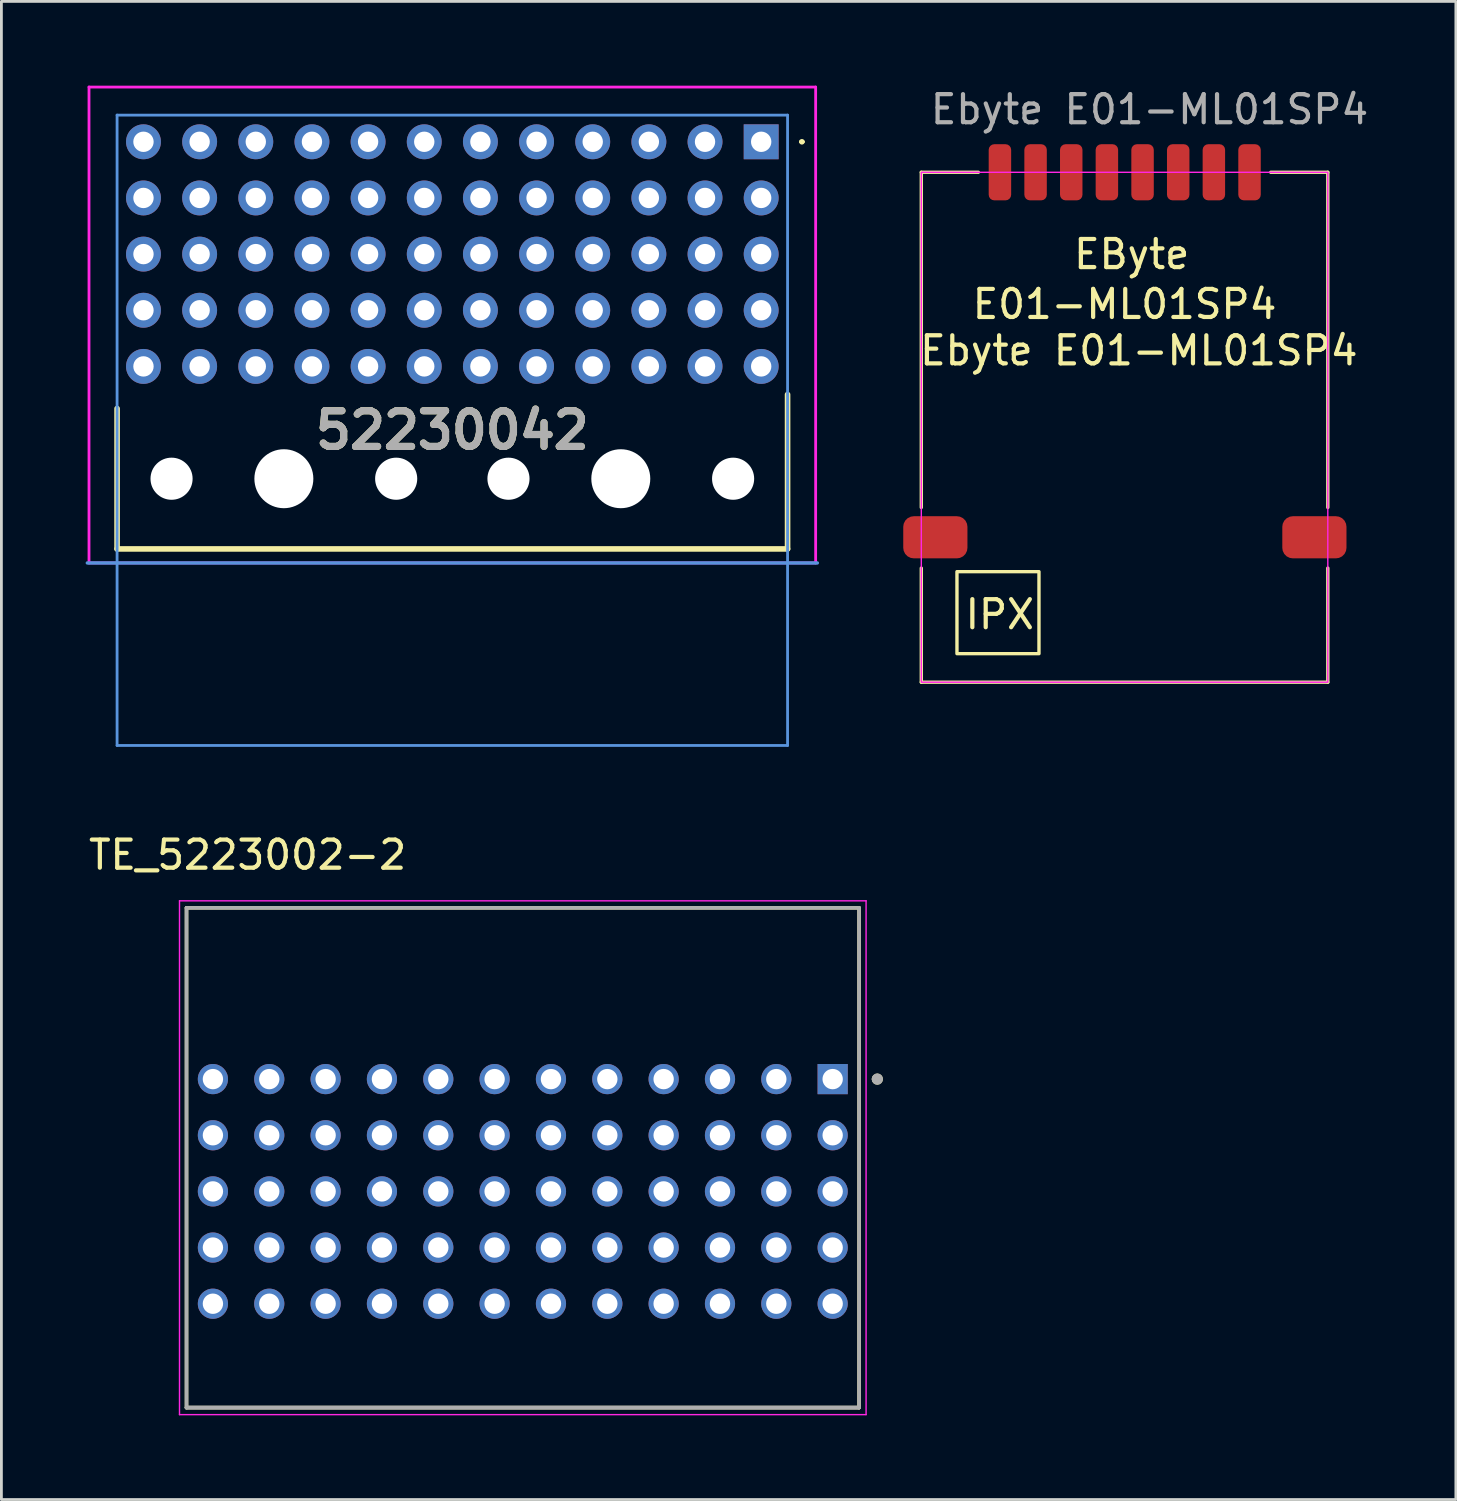
<source format=kicad_pcb>
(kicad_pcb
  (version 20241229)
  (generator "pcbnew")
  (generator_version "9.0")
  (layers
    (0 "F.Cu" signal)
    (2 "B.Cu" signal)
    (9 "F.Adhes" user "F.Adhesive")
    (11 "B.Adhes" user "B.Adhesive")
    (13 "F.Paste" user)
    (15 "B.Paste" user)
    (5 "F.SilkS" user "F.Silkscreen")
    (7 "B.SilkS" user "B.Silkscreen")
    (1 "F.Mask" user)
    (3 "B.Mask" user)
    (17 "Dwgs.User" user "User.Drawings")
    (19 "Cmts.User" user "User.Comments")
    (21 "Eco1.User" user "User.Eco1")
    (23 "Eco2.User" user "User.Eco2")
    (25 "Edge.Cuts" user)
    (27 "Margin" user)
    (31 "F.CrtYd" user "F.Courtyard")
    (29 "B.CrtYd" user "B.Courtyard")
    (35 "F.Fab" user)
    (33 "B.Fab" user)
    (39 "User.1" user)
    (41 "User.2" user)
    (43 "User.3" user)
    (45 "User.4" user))
  (footprint "Ebyte E01-ML01SP4"
    (layer "F.Cu")
    (at 29.763 3.086)
    (property "Reference" "Ebyte E01-ML01SP4" (at 7.747 6.35 0) (unlocked yes) (layer "F.SilkS") (effects (font (size 1 1) (thickness 0.15))))
    (attr smd)
    (fp_line (start 0 0) (end 2.032 0) (stroke (width 0.12) (type solid)) (layer "F.SilkS"))
    (fp_line (start 0 11.938) (end 0 0) (stroke (width 0.12) (type solid)) (layer "F.SilkS"))
    (fp_line (start 0 14.097) (end 0 18.161) (stroke (width 0.12) (type solid)) (layer "F.SilkS"))
    (fp_line (start 0 18.161) (end 14.478 18.161) (stroke (width 0.12) (type solid)) (layer "F.SilkS"))
    (fp_line (start 12.446 0) (end 14.478 0) (stroke (width 0.12) (type solid)) (layer "F.SilkS"))
    (fp_line (start 14.478 0) (end 14.478 11.938) (stroke (width 0.12) (type solid)) (layer "F.SilkS"))
    (fp_line (start 14.478 18.161) (end 14.478 14.097) (stroke (width 0.12) (type solid)) (layer "F.SilkS"))
    (fp_rect (start 1.27 14.224) (end 4.191 17.145) (stroke (width 0.12) (type solid)) (fill no) (layer "F.SilkS"))
    (fp_rect (start 0 0) (end 14.478 18.161) (stroke (width 0.05) (type solid)) (fill no) (layer "F.CrtYd"))
    (fp_text user "IPX" (at 2.794 15.748 0) (unlocked yes) (layer "F.SilkS") (effects (font (size 1 1) (thickness 0.15))))
    (fp_text user "EByte" (at 7.493 2.921 0) (unlocked yes) (layer "F.SilkS") (effects (font (size 1 1) (thickness 0.15))))
    (fp_text user "E01-ML01SP4" (at 7.239 4.699 0) (unlocked yes) (layer "F.SilkS") (effects (font (size 1 1) (thickness 0.15))))
    (fp_text user "${REFERENCE}" (at 8.128 -2.238 0) (unlocked yes) (layer "F.Fab") (effects (font (size 1 1) (thickness 0.15))))
    (pad "1" smd roundrect (at 11.69 0 180) (size 0.8 2) (layers "F.Cu" "F.Mask" "F.Paste") (roundrect_rratio 0.25))
    (pad "2" smd roundrect (at 10.42 0 180) (size 0.8 2) (layers "F.Cu" "F.Mask" "F.Paste") (roundrect_rratio 0.25))
    (pad "3" smd roundrect (at 9.15 0 180) (size 0.8 2) (layers "F.Cu" "F.Mask" "F.Paste") (roundrect_rratio 0.25))
    (pad "4" smd roundrect (at 7.88 0 180) (size 0.8 2) (layers "F.Cu" "F.Mask" "F.Paste") (roundrect_rratio 0.25))
    (pad "5" smd roundrect (at 6.61 0 180) (size 0.8 2) (layers "F.Cu" "F.Mask" "F.Paste") (roundrect_rratio 0.25))
    (pad "6" smd roundrect (at 5.34 0 180) (size 0.8 2) (layers "F.Cu" "F.Mask" "F.Paste") (roundrect_rratio 0.25))
    (pad "7" smd roundrect (at 4.07 0 180) (size 0.8 2) (layers "F.Cu" "F.Mask" "F.Paste") (roundrect_rratio 0.25))
    (pad "8" smd roundrect (at 2.8 0 180) (size 0.8 2) (layers "F.Cu" "F.Mask" "F.Paste") (roundrect_rratio 0.25))
    (pad "9" smd roundrect (at 0.5 13) (size 2.286 1.5) (layers "F.Cu" "F.Mask" "F.Paste") (roundrect_rratio 0.25))
    (pad "10" smd roundrect (at 14 13) (size 2.286 1.5) (layers "F.Cu" "F.Mask" "F.Paste") (roundrect_rratio 0.25)))
  (footprint "TE_5223002-2"
    (layer "F.Cu")
    (at 26.606 35.383)
    (property "Reference" "TE_5223002-2" (at -20.838 -7.985 0) (layer "F.SilkS") (effects (font (size 1 1) (thickness 0.15))))
    (attr through_hole)
    (fp_line (start -23.013 11.7) (end -23.013 -6.1) (stroke (width 0.127) (type solid)) (layer "F.SilkS"))
    (fp_line (start 0.94 -6.1) (end -23.013 -6.1) (stroke (width 0.127) (type solid)) (layer "F.SilkS"))
    (fp_line (start 0.94 -6.1) (end 0.94 11.7) (stroke (width 0.127) (type solid)) (layer "F.SilkS"))
    (fp_line (start 0.94 11.7) (end -23.013 11.7) (stroke (width 0.127) (type solid)) (layer "F.SilkS"))
    (fp_circle (center 1.59 0) (end 1.69 0) (stroke (width 0.2) (type solid)) (fill no) (layer "F.SilkS"))
    (fp_line (start -23.263 -6.35) (end 1.19 -6.35) (stroke (width 0.05) (type solid)) (layer "F.CrtYd"))
    (fp_line (start -23.263 11.95) (end -23.263 -6.35) (stroke (width 0.05) (type solid)) (layer "F.CrtYd"))
    (fp_line (start 1.19 -6.35) (end 1.19 11.95) (stroke (width 0.05) (type solid)) (layer "F.CrtYd"))
    (fp_line (start 1.19 11.95) (end -23.263 11.95) (stroke (width 0.05) (type solid)) (layer "F.CrtYd"))
    (fp_line (start -23.013 -6.1) (end 0.94 -6.1) (stroke (width 0.127) (type solid)) (layer "F.Fab"))
    (fp_line (start -23.013 11.7) (end -23.013 -6.1) (stroke (width 0.127) (type solid)) (layer "F.Fab"))
    (fp_line (start -23.013 11.7) (end -23.013 11.7) (stroke (width 0.127) (type solid)) (layer "F.Fab"))
    (fp_line (start -23.013 11.7) (end 0.94 11.7) (stroke (width 0.127) (type solid)) (layer "F.Fab"))
    (fp_line (start 0.94 -6.1) (end 0.94 11.7) (stroke (width 0.127) (type solid)) (layer "F.Fab"))
    (fp_line (start 0.94 11.7) (end -23.013 11.7) (stroke (width 0.127) (type solid)) (layer "F.Fab"))
    (fp_line (start 0.94 11.7) (end 0.94 11.7) (stroke (width 0.127) (type solid)) (layer "F.Fab"))
    (fp_circle (center 1.59 0) (end 1.69 0) (stroke (width 0.2) (type solid)) (fill no) (layer "F.Fab"))
    (pad "1" thru_hole rect (at 0 0) (size 1.075 1.075) (drill 0.725) (layers "*.Cu" "*.Mask"))
    (pad "2" thru_hole circle (at -2.007 0) (size 1.075 1.075) (drill 0.725) (layers "*.Cu" "*.Mask"))
    (pad "3" thru_hole circle (at -4.013 0) (size 1.075 1.075) (drill 0.725) (layers "*.Cu" "*.Mask"))
    (pad "4" thru_hole circle (at -6.02 0) (size 1.075 1.075) (drill 0.725) (layers "*.Cu" "*.Mask"))
    (pad "5" thru_hole circle (at -8.026 0) (size 1.075 1.075) (drill 0.725) (layers "*.Cu" "*.Mask"))
    (pad "6" thru_hole circle (at -10.033 0) (size 1.075 1.075) (drill 0.725) (layers "*.Cu" "*.Mask"))
    (pad "7" thru_hole circle (at -12.04 0) (size 1.075 1.075) (drill 0.725) (layers "*.Cu" "*.Mask"))
    (pad "8" thru_hole circle (at -14.046 0) (size 1.075 1.075) (drill 0.725) (layers "*.Cu" "*.Mask"))
    (pad "9" thru_hole circle (at -16.053 0) (size 1.075 1.075) (drill 0.725) (layers "*.Cu" "*.Mask"))
    (pad "10" thru_hole circle (at -18.059 0) (size 1.075 1.075) (drill 0.725) (layers "*.Cu" "*.Mask"))
    (pad "11" thru_hole circle (at -20.066 0) (size 1.075 1.075) (drill 0.725) (layers "*.Cu" "*.Mask"))
    (pad "12" thru_hole circle (at -22.073 0) (size 1.075 1.075) (drill 0.725) (layers "*.Cu" "*.Mask"))
    (pad "13" thru_hole circle (at 0 2) (size 1.075 1.075) (drill 0.725) (layers "*.Cu" "*.Mask"))
    (pad "14" thru_hole circle (at -2.007 2) (size 1.075 1.075) (drill 0.725) (layers "*.Cu" "*.Mask"))
    (pad "15" thru_hole circle (at -4.013 2) (size 1.075 1.075) (drill 0.725) (layers "*.Cu" "*.Mask"))
    (pad "16" thru_hole circle (at -6.02 2) (size 1.075 1.075) (drill 0.725) (layers "*.Cu" "*.Mask"))
    (pad "17" thru_hole circle (at -8.026 2) (size 1.075 1.075) (drill 0.725) (layers "*.Cu" "*.Mask"))
    (pad "18" thru_hole circle (at -10.033 2) (size 1.075 1.075) (drill 0.725) (layers "*.Cu" "*.Mask"))
    (pad "19" thru_hole circle (at -12.04 2) (size 1.075 1.075) (drill 0.725) (layers "*.Cu" "*.Mask"))
    (pad "20" thru_hole circle (at -14.046 2) (size 1.075 1.075) (drill 0.725) (layers "*.Cu" "*.Mask"))
    (pad "21" thru_hole circle (at -16.053 2) (size 1.075 1.075) (drill 0.725) (layers "*.Cu" "*.Mask"))
    (pad "22" thru_hole circle (at -18.059 2) (size 1.075 1.075) (drill 0.725) (layers "*.Cu" "*.Mask"))
    (pad "23" thru_hole circle (at -20.066 2) (size 1.075 1.075) (drill 0.725) (layers "*.Cu" "*.Mask"))
    (pad "24" thru_hole circle (at -22.073 2) (size 1.075 1.075) (drill 0.725) (layers "*.Cu" "*.Mask"))
    (pad "25" thru_hole circle (at 0 4) (size 1.075 1.075) (drill 0.725) (layers "*.Cu" "*.Mask"))
    (pad "26" thru_hole circle (at -2.007 4) (size 1.075 1.075) (drill 0.725) (layers "*.Cu" "*.Mask"))
    (pad "27" thru_hole circle (at -4.013 4) (size 1.075 1.075) (drill 0.725) (layers "*.Cu" "*.Mask"))
    (pad "28" thru_hole circle (at -6.02 4) (size 1.075 1.075) (drill 0.725) (layers "*.Cu" "*.Mask"))
    (pad "29" thru_hole circle (at -8.026 4) (size 1.075 1.075) (drill 0.725) (layers "*.Cu" "*.Mask"))
    (pad "30" thru_hole circle (at -10.033 4) (size 1.075 1.075) (drill 0.725) (layers "*.Cu" "*.Mask"))
    (pad "31" thru_hole circle (at -12.04 4) (size 1.075 1.075) (drill 0.725) (layers "*.Cu" "*.Mask"))
    (pad "32" thru_hole circle (at -14.046 4) (size 1.075 1.075) (drill 0.725) (layers "*.Cu" "*.Mask"))
    (pad "33" thru_hole circle (at -16.053 4) (size 1.075 1.075) (drill 0.725) (layers "*.Cu" "*.Mask"))
    (pad "34" thru_hole circle (at -18.059 4) (size 1.075 1.075) (drill 0.725) (layers "*.Cu" "*.Mask"))
    (pad "35" thru_hole circle (at -20.066 4) (size 1.075 1.075) (drill 0.725) (layers "*.Cu" "*.Mask"))
    (pad "36" thru_hole circle (at -22.073 4) (size 1.075 1.075) (drill 0.725) (layers "*.Cu" "*.Mask"))
    (pad "37" thru_hole circle (at 0 6) (size 1.075 1.075) (drill 0.725) (layers "*.Cu" "*.Mask"))
    (pad "38" thru_hole circle (at -2.007 6) (size 1.075 1.075) (drill 0.725) (layers "*.Cu" "*.Mask"))
    (pad "39" thru_hole circle (at -4.013 6) (size 1.075 1.075) (drill 0.725) (layers "*.Cu" "*.Mask"))
    (pad "40" thru_hole circle (at -6.02 6) (size 1.075 1.075) (drill 0.725) (layers "*.Cu" "*.Mask"))
    (pad "41" thru_hole circle (at -8.026 6) (size 1.075 1.075) (drill 0.725) (layers "*.Cu" "*.Mask"))
    (pad "42" thru_hole circle (at -10.033 6) (size 1.075 1.075) (drill 0.725) (layers "*.Cu" "*.Mask"))
    (pad "43" thru_hole circle (at -12.04 6) (size 1.075 1.075) (drill 0.725) (layers "*.Cu" "*.Mask"))
    (pad "44" thru_hole circle (at -14.046 6) (size 1.075 1.075) (drill 0.725) (layers "*.Cu" "*.Mask"))
    (pad "45" thru_hole circle (at -16.053 6) (size 1.075 1.075) (drill 0.725) (layers "*.Cu" "*.Mask"))
    (pad "46" thru_hole circle (at -18.059 6) (size 1.075 1.075) (drill 0.725) (layers "*.Cu" "*.Mask"))
    (pad "47" thru_hole circle (at -20.066 6) (size 1.075 1.075) (drill 0.725) (layers "*.Cu" "*.Mask"))
    (pad "48" thru_hole circle (at -22.073 6) (size 1.075 1.075) (drill 0.725) (layers "*.Cu" "*.Mask"))
    (pad "49" thru_hole circle (at 0 8) (size 1.075 1.075) (drill 0.725) (layers "*.Cu" "*.Mask"))
    (pad "50" thru_hole circle (at -2.007 8) (size 1.075 1.075) (drill 0.725) (layers "*.Cu" "*.Mask"))
    (pad "51" thru_hole circle (at -4.013 8) (size 1.075 1.075) (drill 0.725) (layers "*.Cu" "*.Mask"))
    (pad "52" thru_hole circle (at -6.02 8) (size 1.075 1.075) (drill 0.725) (layers "*.Cu" "*.Mask"))
    (pad "53" thru_hole circle (at -8.026 8) (size 1.075 1.075) (drill 0.725) (layers "*.Cu" "*.Mask"))
    (pad "54" thru_hole circle (at -10.033 8) (size 1.075 1.075) (drill 0.725) (layers "*.Cu" "*.Mask"))
    (pad "55" thru_hole circle (at -12.04 8) (size 1.075 1.075) (drill 0.725) (layers "*.Cu" "*.Mask"))
    (pad "56" thru_hole circle (at -14.046 8) (size 1.075 1.075) (drill 0.725) (layers "*.Cu" "*.Mask"))
    (pad "57" thru_hole circle (at -16.053 8) (size 1.075 1.075) (drill 0.725) (layers "*.Cu" "*.Mask"))
    (pad "58" thru_hole circle (at -18.059 8) (size 1.075 1.075) (drill 0.725) (layers "*.Cu" "*.Mask"))
    (pad "59" thru_hole circle (at -20.066 8) (size 1.075 1.075) (drill 0.725) (layers "*.Cu" "*.Mask"))
    (pad "60" thru_hole circle (at -22.073 8) (size 1.075 1.075) (drill 0.725) (layers "*.Cu" "*.Mask")))
  (footprint "52230042"
    (layer "F.Cu")
    (at 24.06 2)
    (property "Reference" "52230042" (at -11 10.275 0) (layer "F.SilkS") (effects (font (size 1.27 1.27) (thickness 0.254))))
    (attr through_hole)
    (fp_line (start -22.94 14.5) (end -22.94 9.5) (stroke (width 0.2) (type solid)) (layer "F.SilkS"))
    (fp_line (start 0.94 9) (end 0.94 14.5) (stroke (width 0.2) (type solid)) (layer "F.SilkS"))
    (fp_line (start 0.94 14.5) (end -22.94 14.5) (stroke (width 0.2) (type solid)) (layer "F.SilkS"))
    (fp_line (start 1.4 0) (end 1.4 0) (stroke (width 0.1) (type solid)) (layer "F.SilkS"))
    (fp_line (start 1.5 0) (end 1.5 0) (stroke (width 0.1) (type solid)) (layer "F.SilkS"))
    (fp_arc (start 1.4 0) (mid 1.45 -0.05) (end 1.5 0) (stroke (width 0.1) (type solid)) (layer "F.SilkS"))
    (fp_arc (start 1.5 0) (mid 1.45 0.05) (end 1.4 0) (stroke (width 0.1) (type solid)) (layer "F.SilkS"))
    (fp_line (start -24 15) (end 2 15) (stroke (width 0.12) (type default)) (layer "Cmts.User"))
    (fp_line (start -22.94 -0.95) (end 0.94 -0.95) (stroke (width 0.1) (type solid)) (layer "Cmts.User"))
    (fp_line (start -22.94 21.5) (end -22.94 -0.95) (stroke (width 0.1) (type solid)) (layer "Cmts.User"))
    (fp_line (start 0.94 -0.95) (end 0.94 21.5) (stroke (width 0.1) (type solid)) (layer "Cmts.User"))
    (fp_line (start 0.94 21.5) (end -22.94 21.5) (stroke (width 0.1) (type solid)) (layer "Cmts.User"))
    (fp_line (start -23.94 -1.95) (end 1.94 -1.95) (stroke (width 0.1) (type solid)) (layer "F.CrtYd"))
    (fp_line (start -23.94 15) (end -23.94 -1.95) (stroke (width 0.1) (type solid)) (layer "F.CrtYd"))
    (fp_line (start 1.94 -1.95) (end 1.94 15) (stroke (width 0.1) (type solid)) (layer "F.CrtYd"))
    (fp_line (start 1.94 15) (end -23.94 15) (stroke (width 0.1) (type solid)) (layer "F.CrtYd"))
    (fp_text user "${REFERENCE}" (at -11 10.275 0) (layer "F.Fab") (effects (font (size 1.27 1.27) (thickness 0.254))))
    (pad "" np_thru_hole circle (at -21 12) (size 1.5 1.5) (drill 1.5) (layers "*.Cu" "*.Mask"))
    (pad "" np_thru_hole circle (at -17 12) (size 2.1 2.1) (drill 2.1) (layers "*.Cu" "*.Mask"))
    (pad "" np_thru_hole circle (at -13 12) (size 1.5 1.5) (drill 1.5) (layers "*.Cu" "*.Mask"))
    (pad "" np_thru_hole circle (at -9 12) (size 1.5 1.5) (drill 1.5) (layers "*.Cu" "*.Mask"))
    (pad "" np_thru_hole circle (at -5 12) (size 2.1 2.1) (drill 2.1) (layers "*.Cu" "*.Mask"))
    (pad "" np_thru_hole circle (at -1 12) (size 1.5 1.5) (drill 1.5) (layers "*.Cu" "*.Mask"))
    (pad "A1" thru_hole rect (at 0 0) (size 1.243 1.243) (drill 0.725) (layers "*.Cu" "*.Mask"))
    (pad "A2" thru_hole circle (at -2 0) (size 1.243 1.243) (drill 0.725) (layers "*.Cu" "*.Mask"))
    (pad "A3" thru_hole circle (at -4 0) (size 1.243 1.243) (drill 0.725) (layers "*.Cu" "*.Mask"))
    (pad "A4" thru_hole circle (at -6 0) (size 1.243 1.243) (drill 0.725) (layers "*.Cu" "*.Mask"))
    (pad "A5" thru_hole circle (at -8 0) (size 1.243 1.243) (drill 0.725) (layers "*.Cu" "*.Mask"))
    (pad "A6" thru_hole circle (at -10 0) (size 1.243 1.243) (drill 0.725) (layers "*.Cu" "*.Mask"))
    (pad "A7" thru_hole circle (at -12 0) (size 1.243 1.243) (drill 0.725) (layers "*.Cu" "*.Mask"))
    (pad "A8" thru_hole circle (at -14 0) (size 1.243 1.243) (drill 0.725) (layers "*.Cu" "*.Mask"))
    (pad "A9" thru_hole circle (at -16 0) (size 1.243 1.243) (drill 0.725) (layers "*.Cu" "*.Mask"))
    (pad "A10" thru_hole circle (at -18 0) (size 1.243 1.243) (drill 0.725) (layers "*.Cu" "*.Mask"))
    (pad "A11" thru_hole circle (at -20 0) (size 1.243 1.243) (drill 0.725) (layers "*.Cu" "*.Mask"))
    (pad "A12" thru_hole circle (at -22 0) (size 1.243 1.243) (drill 0.725) (layers "*.Cu" "*.Mask"))
    (pad "B1" thru_hole circle (at 0 2) (size 1.243 1.243) (drill 0.725) (layers "*.Cu" "*.Mask"))
    (pad "B2" thru_hole circle (at -2 2) (size 1.243 1.243) (drill 0.725) (layers "*.Cu" "*.Mask"))
    (pad "B3" thru_hole circle (at -4 2) (size 1.243 1.243) (drill 0.725) (layers "*.Cu" "*.Mask"))
    (pad "B4" thru_hole circle (at -6 2) (size 1.243 1.243) (drill 0.725) (layers "*.Cu" "*.Mask"))
    (pad "B5" thru_hole circle (at -8 2) (size 1.243 1.243) (drill 0.725) (layers "*.Cu" "*.Mask"))
    (pad "B6" thru_hole circle (at -10 2) (size 1.243 1.243) (drill 0.725) (layers "*.Cu" "*.Mask"))
    (pad "B7" thru_hole circle (at -12 2) (size 1.243 1.243) (drill 0.725) (layers "*.Cu" "*.Mask"))
    (pad "B8" thru_hole circle (at -14 2) (size 1.243 1.243) (drill 0.725) (layers "*.Cu" "*.Mask"))
    (pad "B9" thru_hole circle (at -16 2) (size 1.243 1.243) (drill 0.725) (layers "*.Cu" "*.Mask"))
    (pad "B10" thru_hole circle (at -18 2) (size 1.243 1.243) (drill 0.725) (layers "*.Cu" "*.Mask"))
    (pad "B11" thru_hole circle (at -20 2) (size 1.243 1.243) (drill 0.725) (layers "*.Cu" "*.Mask"))
    (pad "B12" thru_hole circle (at -22 2) (size 1.243 1.243) (drill 0.725) (layers "*.Cu" "*.Mask"))
    (pad "C1" thru_hole circle (at 0 4) (size 1.243 1.243) (drill 0.725) (layers "*.Cu" "*.Mask"))
    (pad "C2" thru_hole circle (at -2 4) (size 1.243 1.243) (drill 0.725) (layers "*.Cu" "*.Mask"))
    (pad "C3" thru_hole circle (at -4 4) (size 1.243 1.243) (drill 0.725) (layers "*.Cu" "*.Mask"))
    (pad "C4" thru_hole circle (at -6 4) (size 1.243 1.243) (drill 0.725) (layers "*.Cu" "*.Mask"))
    (pad "C5" thru_hole circle (at -8 4) (size 1.243 1.243) (drill 0.725) (layers "*.Cu" "*.Mask"))
    (pad "C6" thru_hole circle (at -10 4) (size 1.243 1.243) (drill 0.725) (layers "*.Cu" "*.Mask"))
    (pad "C7" thru_hole circle (at -12 4) (size 1.243 1.243) (drill 0.725) (layers "*.Cu" "*.Mask"))
    (pad "C8" thru_hole circle (at -14 4) (size 1.243 1.243) (drill 0.725) (layers "*.Cu" "*.Mask"))
    (pad "C9" thru_hole circle (at -16 4) (size 1.243 1.243) (drill 0.725) (layers "*.Cu" "*.Mask"))
    (pad "C10" thru_hole circle (at -18 4) (size 1.243 1.243) (drill 0.725) (layers "*.Cu" "*.Mask"))
    (pad "C11" thru_hole circle (at -20 4) (size 1.243 1.243) (drill 0.725) (layers "*.Cu" "*.Mask"))
    (pad "C12" thru_hole circle (at -22 4) (size 1.243 1.243) (drill 0.725) (layers "*.Cu" "*.Mask"))
    (pad "D1" thru_hole circle (at 0 6) (size 1.243 1.243) (drill 0.725) (layers "*.Cu" "*.Mask"))
    (pad "D2" thru_hole circle (at -2 6) (size 1.243 1.243) (drill 0.725) (layers "*.Cu" "*.Mask"))
    (pad "D3" thru_hole circle (at -4 6) (size 1.243 1.243) (drill 0.725) (layers "*.Cu" "*.Mask"))
    (pad "D4" thru_hole circle (at -6 6) (size 1.243 1.243) (drill 0.725) (layers "*.Cu" "*.Mask"))
    (pad "D5" thru_hole circle (at -8 6) (size 1.243 1.243) (drill 0.725) (layers "*.Cu" "*.Mask"))
    (pad "D6" thru_hole circle (at -10 6) (size 1.243 1.243) (drill 0.725) (layers "*.Cu" "*.Mask"))
    (pad "D7" thru_hole circle (at -12 6) (size 1.243 1.243) (drill 0.725) (layers "*.Cu" "*.Mask"))
    (pad "D8" thru_hole circle (at -14 6) (size 1.243 1.243) (drill 0.725) (layers "*.Cu" "*.Mask"))
    (pad "D9" thru_hole circle (at -16 6) (size 1.243 1.243) (drill 0.725) (layers "*.Cu" "*.Mask"))
    (pad "D10" thru_hole circle (at -18 6) (size 1.243 1.243) (drill 0.725) (layers "*.Cu" "*.Mask"))
    (pad "D11" thru_hole circle (at -20 6) (size 1.243 1.243) (drill 0.725) (layers "*.Cu" "*.Mask"))
    (pad "D12" thru_hole circle (at -22 6) (size 1.243 1.243) (drill 0.725) (layers "*.Cu" "*.Mask"))
    (pad "E1" thru_hole circle (at 0 8) (size 1.243 1.243) (drill 0.725) (layers "*.Cu" "*.Mask"))
    (pad "E2" thru_hole circle (at -2 8) (size 1.243 1.243) (drill 0.725) (layers "*.Cu" "*.Mask"))
    (pad "E3" thru_hole circle (at -4 8) (size 1.243 1.243) (drill 0.725) (layers "*.Cu" "*.Mask"))
    (pad "E4" thru_hole circle (at -6 8) (size 1.243 1.243) (drill 0.725) (layers "*.Cu" "*.Mask"))
    (pad "E5" thru_hole circle (at -8 8) (size 1.243 1.243) (drill 0.725) (layers "*.Cu" "*.Mask"))
    (pad "E6" thru_hole circle (at -10 8) (size 1.243 1.243) (drill 0.725) (layers "*.Cu" "*.Mask"))
    (pad "E7" thru_hole circle (at -12 8) (size 1.243 1.243) (drill 0.725) (layers "*.Cu" "*.Mask"))
    (pad "E8" thru_hole circle (at -14 8) (size 1.243 1.243) (drill 0.725) (layers "*.Cu" "*.Mask"))
    (pad "E9" thru_hole circle (at -16 8) (size 1.243 1.243) (drill 0.725) (layers "*.Cu" "*.Mask"))
    (pad "E10" thru_hole circle (at -18 8) (size 1.243 1.243) (drill 0.725) (layers "*.Cu" "*.Mask"))
    (pad "E11" thru_hole circle (at -20 8) (size 1.243 1.243) (drill 0.725) (layers "*.Cu" "*.Mask"))
    (pad "E12" thru_hole circle (at -22 8) (size 1.243 1.243) (drill 0.725) (layers "*.Cu" "*.Mask")))
  (gr_rect
    (start -3 -3)
    (end 48.802 50.358)
    (stroke (width 0.1) (type default))
    (fill no)
    (layer "Edge.Cuts")))
</source>
